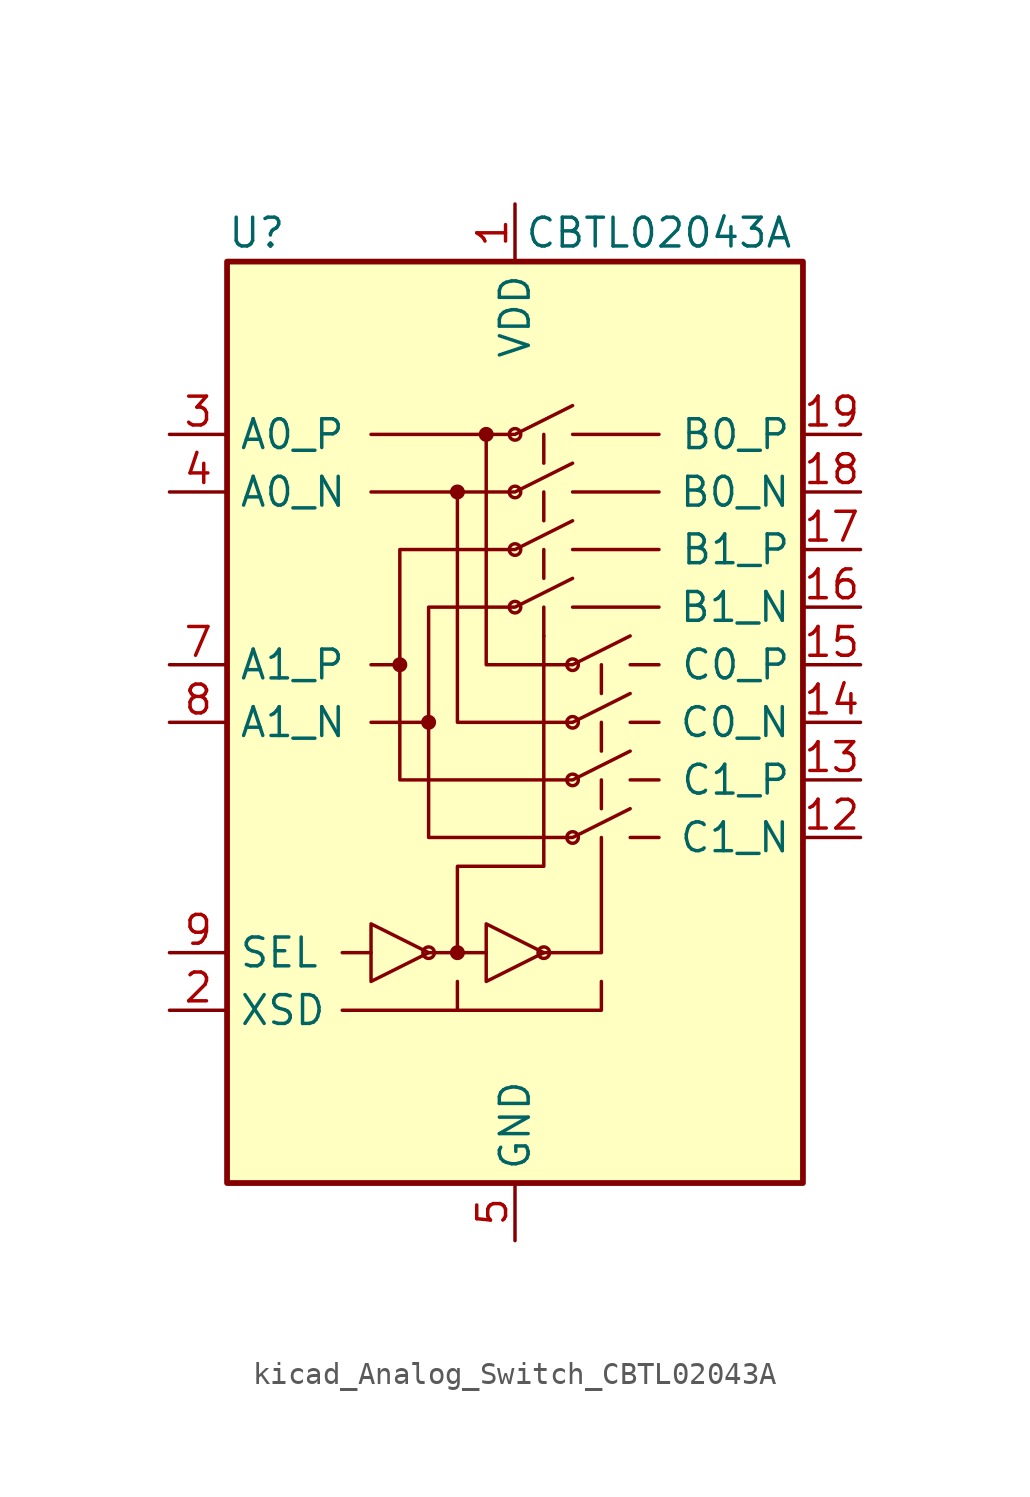
<source format=kicad_sym>
(kicad_symbol_lib
  (version 20220914)
  (generator kicad_symbol_editor)
  (symbol "kicad_Analog_Switch_CBTL02043A"
    (property "Reference" "U"
      (at -12.7 21.59 0)
      (effects (font (size 1.27 1.27)) (justify left)))
    (property "Value" "CBTL02043A"
      (at 6.35 21.59 0)
      (effects (font (size 1.27 1.27))))
    (symbol "kicad_Analog_Switch_CBTL02043A_0_1"
      (rectangle (start -12.7 20.32) (end 12.7 -20.32) (stroke (width 0.254) (type default)) (fill (type background)))
      (circle (center -5.08 2.54) (radius 0.254) (stroke (width 0) (type default)) (fill (type outline)))
      (circle (center -3.81 0) (radius 0.254) (stroke (width 0) (type default)) (fill (type outline)))
      (circle (center -2.54 10.16) (radius 0.254) (stroke (width 0) (type default)) (fill (type outline)))
      (circle (center -1.27 12.7) (radius 0.254) (stroke (width 0) (type default)) (fill (type outline)))
      (polyline (pts (xy -7.62 -10.16) (xy -6.35 -10.16)) (stroke (width 0) (type default)) (fill (type none)))
      (polyline (pts (xy -7.62 -12.7) (xy -2.54 -12.7) (xy -2.54 -11.43)) (stroke (width 0) (type default)) (fill (type none)))
      (polyline (pts (xy -2.54 -12.7) (xy 3.81 -12.7) (xy 3.81 -11.43)) (stroke (width 0) (type default)) (fill (type none)))
      (polyline (pts (xy 1.27 -10.16) (xy -1.27 -8.89) (xy -1.27 -11.43) (xy 1.27 -10.16)) (stroke (width 0) (type default)) (fill (type none)))
      (polyline (pts (xy 5.08 -3.81) (xy 2.54 -5.08) (xy -3.81 -5.08) (xy -3.81 0)) (stroke (width 0) (type default)) (fill (type none)))
      (polyline (pts (xy 5.08 -1.27) (xy 2.54 -2.54) (xy -5.08 -2.54) (xy -5.08 2.54)) (stroke (width 0) (type default)) (fill (type none)))
      (polyline (pts (xy 5.08 1.27) (xy 2.54 0) (xy -2.54 0) (xy -2.54 10.16)) (stroke (width 0) (type default)) (fill (type none)))
      (polyline (pts (xy 5.08 3.81) (xy 2.54 2.54) (xy -1.27 2.54) (xy -1.27 12.7)) (stroke (width 0) (type default)) (fill (type none))))
    (symbol "kicad_Analog_Switch_CBTL02043A_1_1"
      (circle (center -3.81 -10.16) (radius 0.254) (stroke (width 0) (type default)) (fill (type none)))
      (circle (center -2.54 -10.16) (radius 0.254) (stroke (width 0) (type default)) (fill (type outline)))
      (polyline (pts (xy -2.54 -10.16) (xy -1.27 -10.16)) (stroke (width 0) (type default)) (fill (type none)))
      (polyline (pts (xy 1.27 5.08) (xy 1.27 3.81)) (stroke (width 0) (type default)) (fill (type none)))
      (polyline (pts (xy 1.27 7.62) (xy 1.27 6.35)) (stroke (width 0) (type default)) (fill (type none)))
      (polyline (pts (xy 1.27 10.16) (xy 1.27 8.89)) (stroke (width 0) (type default)) (fill (type none)))
      (polyline (pts (xy 1.27 12.7) (xy 1.27 11.43)) (stroke (width 0) (type default)) (fill (type none)))
      (polyline (pts (xy 3.81 -3.81) (xy 3.81 -2.54)) (stroke (width 0) (type default)) (fill (type none)))
      (polyline (pts (xy 3.81 -1.27) (xy 3.81 0)) (stroke (width 0) (type default)) (fill (type none)))
      (polyline (pts (xy 3.81 1.27) (xy 3.81 2.54)) (stroke (width 0) (type default)) (fill (type none)))
      (polyline (pts (xy 6.35 -5.08) (xy 5.08 -5.08)) (stroke (width 0) (type default)) (fill (type none)))
      (polyline (pts (xy 6.35 -2.54) (xy 5.08 -2.54)) (stroke (width 0) (type default)) (fill (type none)))
      (polyline (pts (xy 6.35 0) (xy 5.08 0)) (stroke (width 0) (type default)) (fill (type none)))
      (polyline (pts (xy 6.35 2.54) (xy 5.08 2.54)) (stroke (width 0) (type default)) (fill (type none)))
      (polyline (pts (xy 6.35 5.08) (xy 2.54 5.08)) (stroke (width 0) (type default)) (fill (type none)))
      (polyline (pts (xy 6.35 7.62) (xy 2.54 7.62)) (stroke (width 0) (type default)) (fill (type none)))
      (polyline (pts (xy 6.35 10.16) (xy 2.54 10.16)) (stroke (width 0) (type default)) (fill (type none)))
      (polyline (pts (xy 6.35 12.7) (xy 2.54 12.7)) (stroke (width 0) (type default)) (fill (type none)))
      (polyline (pts (xy -6.35 10.16) (xy 0 10.16) (xy 2.54 11.43)) (stroke (width 0) (type default)) (fill (type none)))
      (polyline (pts (xy -6.35 12.7) (xy 0 12.7) (xy 2.54 13.97)) (stroke (width 0) (type default)) (fill (type none)))
      (polyline (pts (xy 1.27 -10.16) (xy 3.81 -10.16) (xy 3.81 -5.08)) (stroke (width 0) (type default)) (fill (type none)))
      (polyline (pts (xy -3.81 -10.16) (xy -6.35 -8.89) (xy -6.35 -11.43) (xy -3.81 -10.16)) (stroke (width 0) (type default)) (fill (type none)))
      (polyline (pts (xy -6.35 0) (xy -3.81 0) (xy -3.81 5.08) (xy 0 5.08) (xy 2.54 6.35)) (stroke (width 0) (type default)) (fill (type none)))
      (polyline (pts (xy -6.35 2.54) (xy -5.08 2.54) (xy -5.08 7.62) (xy 0 7.62) (xy 2.54 8.89)) (stroke (width 0) (type default)) (fill (type none)))
      (polyline (pts (xy 1.27 3.81) (xy 1.27 -6.35) (xy -2.54 -6.35) (xy -2.54 -10.16) (xy -3.81 -10.16)) (stroke (width 0) (type default)) (fill (type none)))
      (circle (center 0 5.08) (radius 0.254) (stroke (width 0) (type default)) (fill (type none)))
      (circle (center 0 7.62) (radius 0.254) (stroke (width 0) (type default)) (fill (type none)))
      (circle (center 0 10.16) (radius 0.254) (stroke (width 0) (type default)) (fill (type none)))
      (circle (center 0 12.7) (radius 0.254) (stroke (width 0) (type default)) (fill (type none)))
      (circle (center 1.27 -10.16) (radius 0.254) (stroke (width 0) (type default)) (fill (type none)))
      (circle (center 2.54 -5.08) (radius 0.254) (stroke (width 0) (type default)) (fill (type none)))
      (circle (center 2.54 -2.54) (radius 0.254) (stroke (width 0) (type default)) (fill (type none)))
      (circle (center 2.54 0) (radius 0.254) (stroke (width 0) (type default)) (fill (type none)))
      (circle (center 2.54 2.54) (radius 0.254) (stroke (width 0) (type default)) (fill (type none)))
      (pin power_in line (at 0 22.86 270) (length 2.54) (name "VDD" (effects (font (size 1.27 1.27)))) (number "1" (effects (font (size 1.27 1.27)))))
      (pin passive line (at 0 22.86 270) (length 2.54) hide (name "VDD" (effects (font (size 1.27 1.27)))) (number "10" (effects (font (size 1.27 1.27)))))
      (pin passive line (at 0 -22.86 90) (length 2.54) hide (name "GND" (effects (font (size 1.27 1.27)))) (number "11" (effects (font (size 1.27 1.27)))))
      (pin passive line (at 15.24 -5.08 180) (length 2.54) (name "C1_N" (effects (font (size 1.27 1.27)))) (number "12" (effects (font (size 1.27 1.27)))))
      (pin passive line (at 15.24 -2.54 180) (length 2.54) (name "C1_P" (effects (font (size 1.27 1.27)))) (number "13" (effects (font (size 1.27 1.27)))))
      (pin passive line (at 15.24 0 180) (length 2.54) (name "C0_N" (effects (font (size 1.27 1.27)))) (number "14" (effects (font (size 1.27 1.27)))))
      (pin passive line (at 15.24 2.54 180) (length 2.54) (name "C0_P" (effects (font (size 1.27 1.27)))) (number "15" (effects (font (size 1.27 1.27)))))
      (pin passive line (at 15.24 5.08 180) (length 2.54) (name "B1_N" (effects (font (size 1.27 1.27)))) (number "16" (effects (font (size 1.27 1.27)))))
      (pin passive line (at 15.24 7.62 180) (length 2.54) (name "B1_P" (effects (font (size 1.27 1.27)))) (number "17" (effects (font (size 1.27 1.27)))))
      (pin passive line (at 15.24 10.16 180) (length 2.54) (name "B0_N" (effects (font (size 1.27 1.27)))) (number "18" (effects (font (size 1.27 1.27)))))
      (pin passive line (at 15.24 12.7 180) (length 2.54) (name "B0_P" (effects (font (size 1.27 1.27)))) (number "19" (effects (font (size 1.27 1.27)))))
      (pin input line (at -15.24 -12.7 0) (length 2.54) (name "XSD" (effects (font (size 1.27 1.27)))) (number "2" (effects (font (size 1.27 1.27)))))
      (pin passive line (at 0 -22.86 90) (length 2.54) hide (name "GND" (effects (font (size 1.27 1.27)))) (number "20" (effects (font (size 1.27 1.27)))))
      (pin passive line (at 0 -22.86 90) (length 2.54) hide (name "GND" (effects (font (size 1.27 1.27)))) (number "21" (effects (font (size 1.27 1.27)))))
      (pin passive line (at -15.24 12.7 0) (length 2.54) (name "A0_P" (effects (font (size 1.27 1.27)))) (number "3" (effects (font (size 1.27 1.27)))))
      (pin passive line (at -15.24 10.16 0) (length 2.54) (name "A0_N" (effects (font (size 1.27 1.27)))) (number "4" (effects (font (size 1.27 1.27)))))
      (pin power_in line (at 0 -22.86 90) (length 2.54) (name "GND" (effects (font (size 1.27 1.27)))) (number "5" (effects (font (size 1.27 1.27)))))
      (pin passive line (at 0 22.86 270) (length 2.54) hide (name "VDD" (effects (font (size 1.27 1.27)))) (number "6" (effects (font (size 1.27 1.27)))))
      (pin passive line (at -15.24 2.54 0) (length 2.54) (name "A1_P" (effects (font (size 1.27 1.27)))) (number "7" (effects (font (size 1.27 1.27)))))
      (pin passive line (at -15.24 0 0) (length 2.54) (name "A1_N" (effects (font (size 1.27 1.27)))) (number "8" (effects (font (size 1.27 1.27)))))
      (pin input line (at -15.24 -10.16 0) (length 2.54) (name "SEL" (effects (font (size 1.27 1.27)))) (number "9" (effects (font (size 1.27 1.27))))))))
</source>
